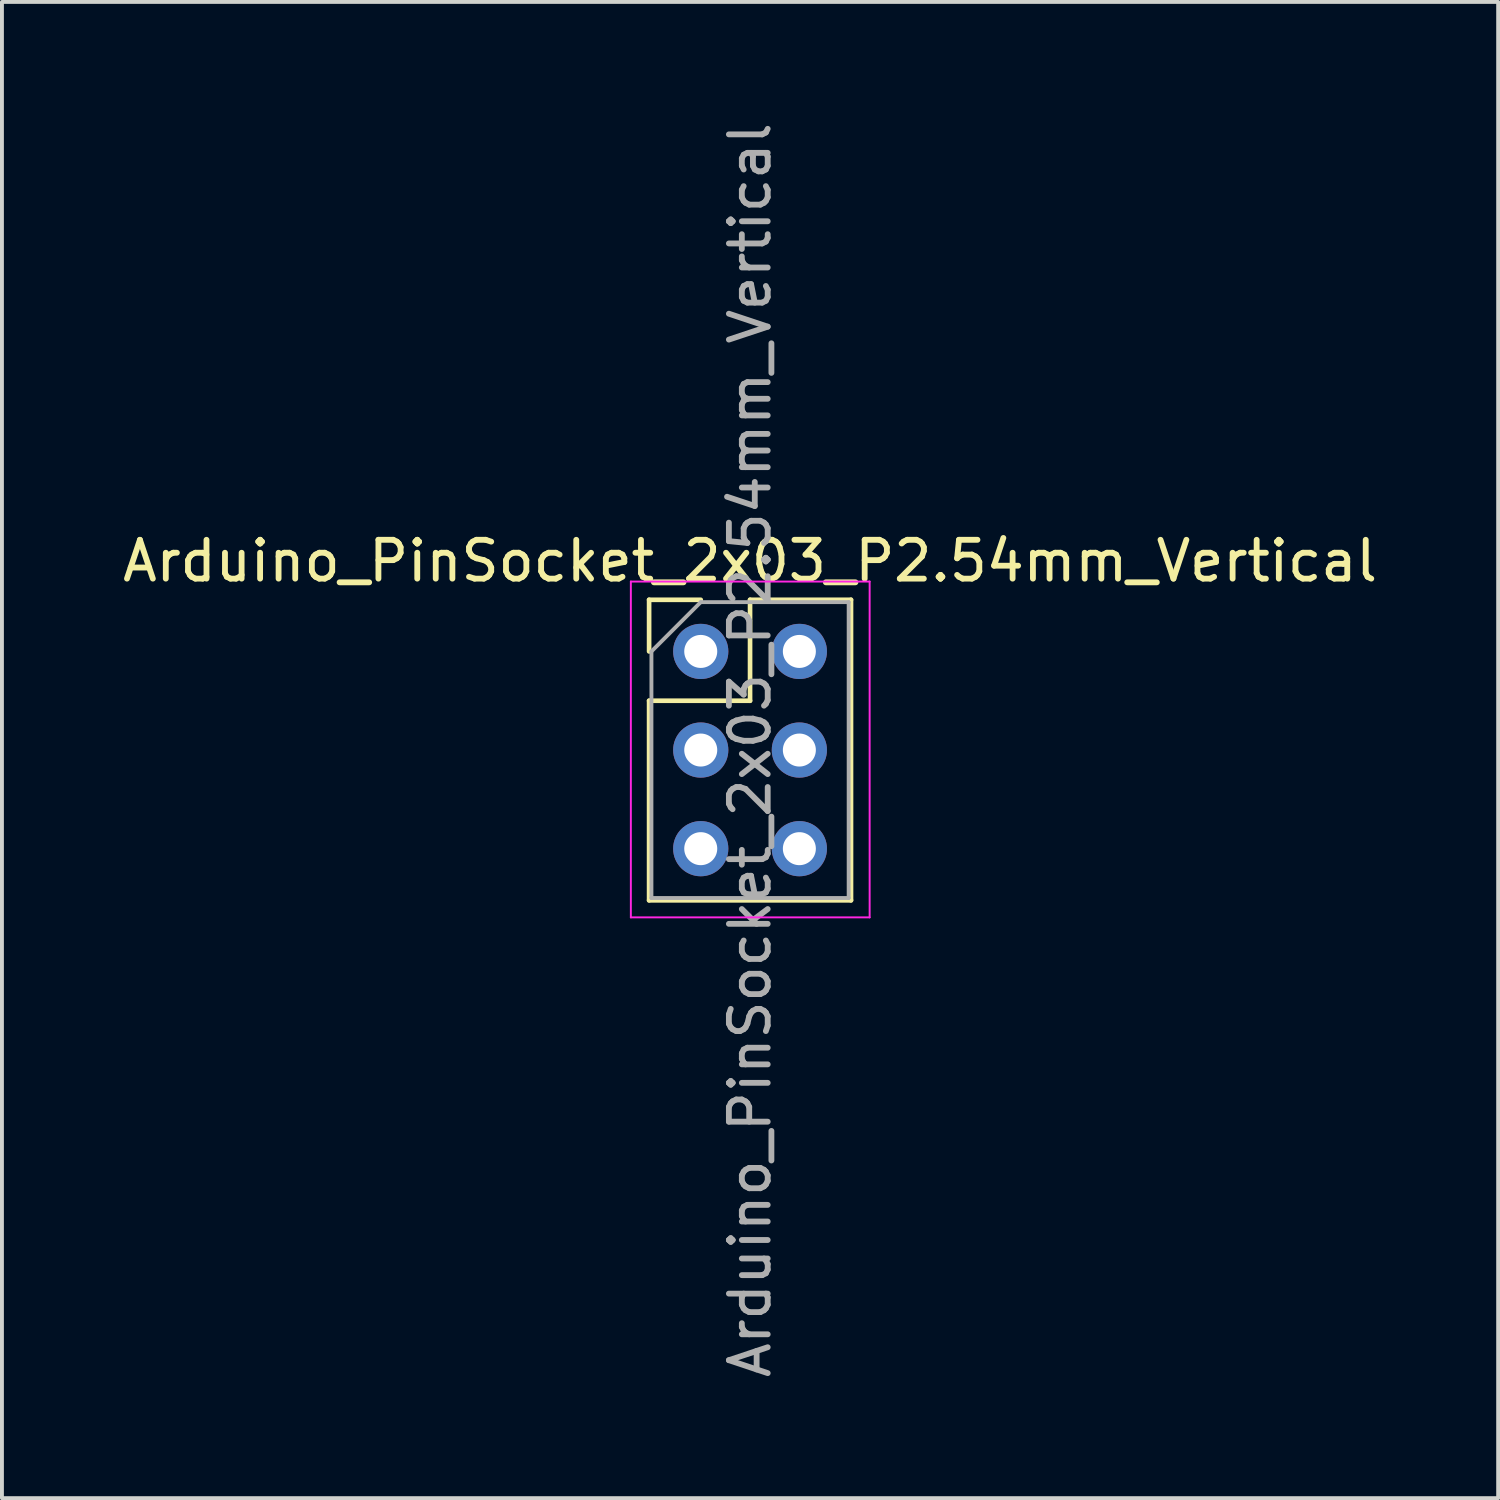
<source format=kicad_pcb>
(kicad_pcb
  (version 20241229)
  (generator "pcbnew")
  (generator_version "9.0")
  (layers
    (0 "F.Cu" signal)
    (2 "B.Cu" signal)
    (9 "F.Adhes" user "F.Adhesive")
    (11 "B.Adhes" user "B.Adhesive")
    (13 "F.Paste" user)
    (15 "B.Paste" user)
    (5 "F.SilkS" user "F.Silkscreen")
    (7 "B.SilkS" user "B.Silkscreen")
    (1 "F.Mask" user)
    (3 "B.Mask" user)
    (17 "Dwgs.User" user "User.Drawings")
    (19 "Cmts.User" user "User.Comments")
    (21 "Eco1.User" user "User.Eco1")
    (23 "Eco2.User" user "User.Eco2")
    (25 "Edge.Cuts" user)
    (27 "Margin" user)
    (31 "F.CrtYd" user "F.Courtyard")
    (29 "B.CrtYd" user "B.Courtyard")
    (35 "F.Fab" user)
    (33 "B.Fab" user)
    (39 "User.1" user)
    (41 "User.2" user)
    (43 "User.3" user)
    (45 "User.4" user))
  (footprint "Arduino_PinSocket_2x03_P2.54mm_Vertical"
    (layer "F.Cu")
    (at 14.998 13.728)
    (property "Reference" "Arduino_PinSocket_2x03_P2.54mm_Vertical" (at 1.27 -2.33 0) (layer "F.SilkS") (effects (font (size 1 1) (thickness 0.15))))
    (attr through_hole)
    (fp_line (start -1.33 -1.33) (end 0 -1.33) (stroke (width 0.12) (type solid)) (layer "F.SilkS"))
    (fp_line (start -1.33 0) (end -1.33 -1.33) (stroke (width 0.12) (type solid)) (layer "F.SilkS"))
    (fp_line (start -1.33 1.27) (end -1.33 6.41) (stroke (width 0.12) (type solid)) (layer "F.SilkS"))
    (fp_line (start -1.33 1.27) (end 1.27 1.27) (stroke (width 0.12) (type solid)) (layer "F.SilkS"))
    (fp_line (start -1.33 6.41) (end 3.87 6.41) (stroke (width 0.12) (type solid)) (layer "F.SilkS"))
    (fp_line (start 1.27 -1.33) (end 3.87 -1.33) (stroke (width 0.12) (type solid)) (layer "F.SilkS"))
    (fp_line (start 1.27 1.27) (end 1.27 -1.33) (stroke (width 0.12) (type solid)) (layer "F.SilkS"))
    (fp_line (start 3.87 -1.33) (end 3.87 6.41) (stroke (width 0.12) (type solid)) (layer "F.SilkS"))
    (fp_line (start -1.8 -1.8) (end -1.8 6.85) (stroke (width 0.05) (type solid)) (layer "F.CrtYd"))
    (fp_line (start -1.8 6.85) (end 4.35 6.85) (stroke (width 0.05) (type solid)) (layer "F.CrtYd"))
    (fp_line (start 4.35 -1.8) (end -1.8 -1.8) (stroke (width 0.05) (type solid)) (layer "F.CrtYd"))
    (fp_line (start 4.35 6.85) (end 4.35 -1.8) (stroke (width 0.05) (type solid)) (layer "F.CrtYd"))
    (fp_line (start -1.27 0) (end 0 -1.27) (stroke (width 0.1) (type solid)) (layer "F.Fab"))
    (fp_line (start -1.27 6.35) (end -1.27 0) (stroke (width 0.1) (type solid)) (layer "F.Fab"))
    (fp_line (start 0 -1.27) (end 3.81 -1.27) (stroke (width 0.1) (type solid)) (layer "F.Fab"))
    (fp_line (start 3.81 -1.27) (end 3.81 6.35) (stroke (width 0.1) (type solid)) (layer "F.Fab"))
    (fp_line (start 3.81 6.35) (end -1.27 6.35) (stroke (width 0.1) (type solid)) (layer "F.Fab"))
    (fp_text user "${REFERENCE}" (at 1.27 2.54 90) (layer "F.Fab") (effects (font (size 1 1) (thickness 0.15))))
    (pad "1" thru_hole circle (at 0 0) (size 1.422 1.422) (drill 0.85) (layers "*.Cu" "*.Mask"))
    (pad "2" thru_hole circle (at 2.54 0) (size 1.422 1.422) (drill 0.85) (layers "*.Cu" "*.Mask"))
    (pad "3" thru_hole circle (at 0 2.54) (size 1.422 1.422) (drill 0.85) (layers "*.Cu" "*.Mask"))
    (pad "4" thru_hole circle (at 2.54 2.54) (size 1.422 1.422) (drill 0.85) (layers "*.Cu" "*.Mask"))
    (pad "5" thru_hole circle (at 0 5.08) (size 1.422 1.422) (drill 0.85) (layers "*.Cu" "*.Mask"))
    (pad "6" thru_hole circle (at 2.54 5.08) (size 1.422 1.422) (drill 0.85) (layers "*.Cu" "*.Mask")))
  (gr_rect
    (start -3 -3)
    (end 35.536 35.536)
    (stroke (width 0.1) (type default))
    (fill no)
    (layer "Edge.Cuts")))
</source>
